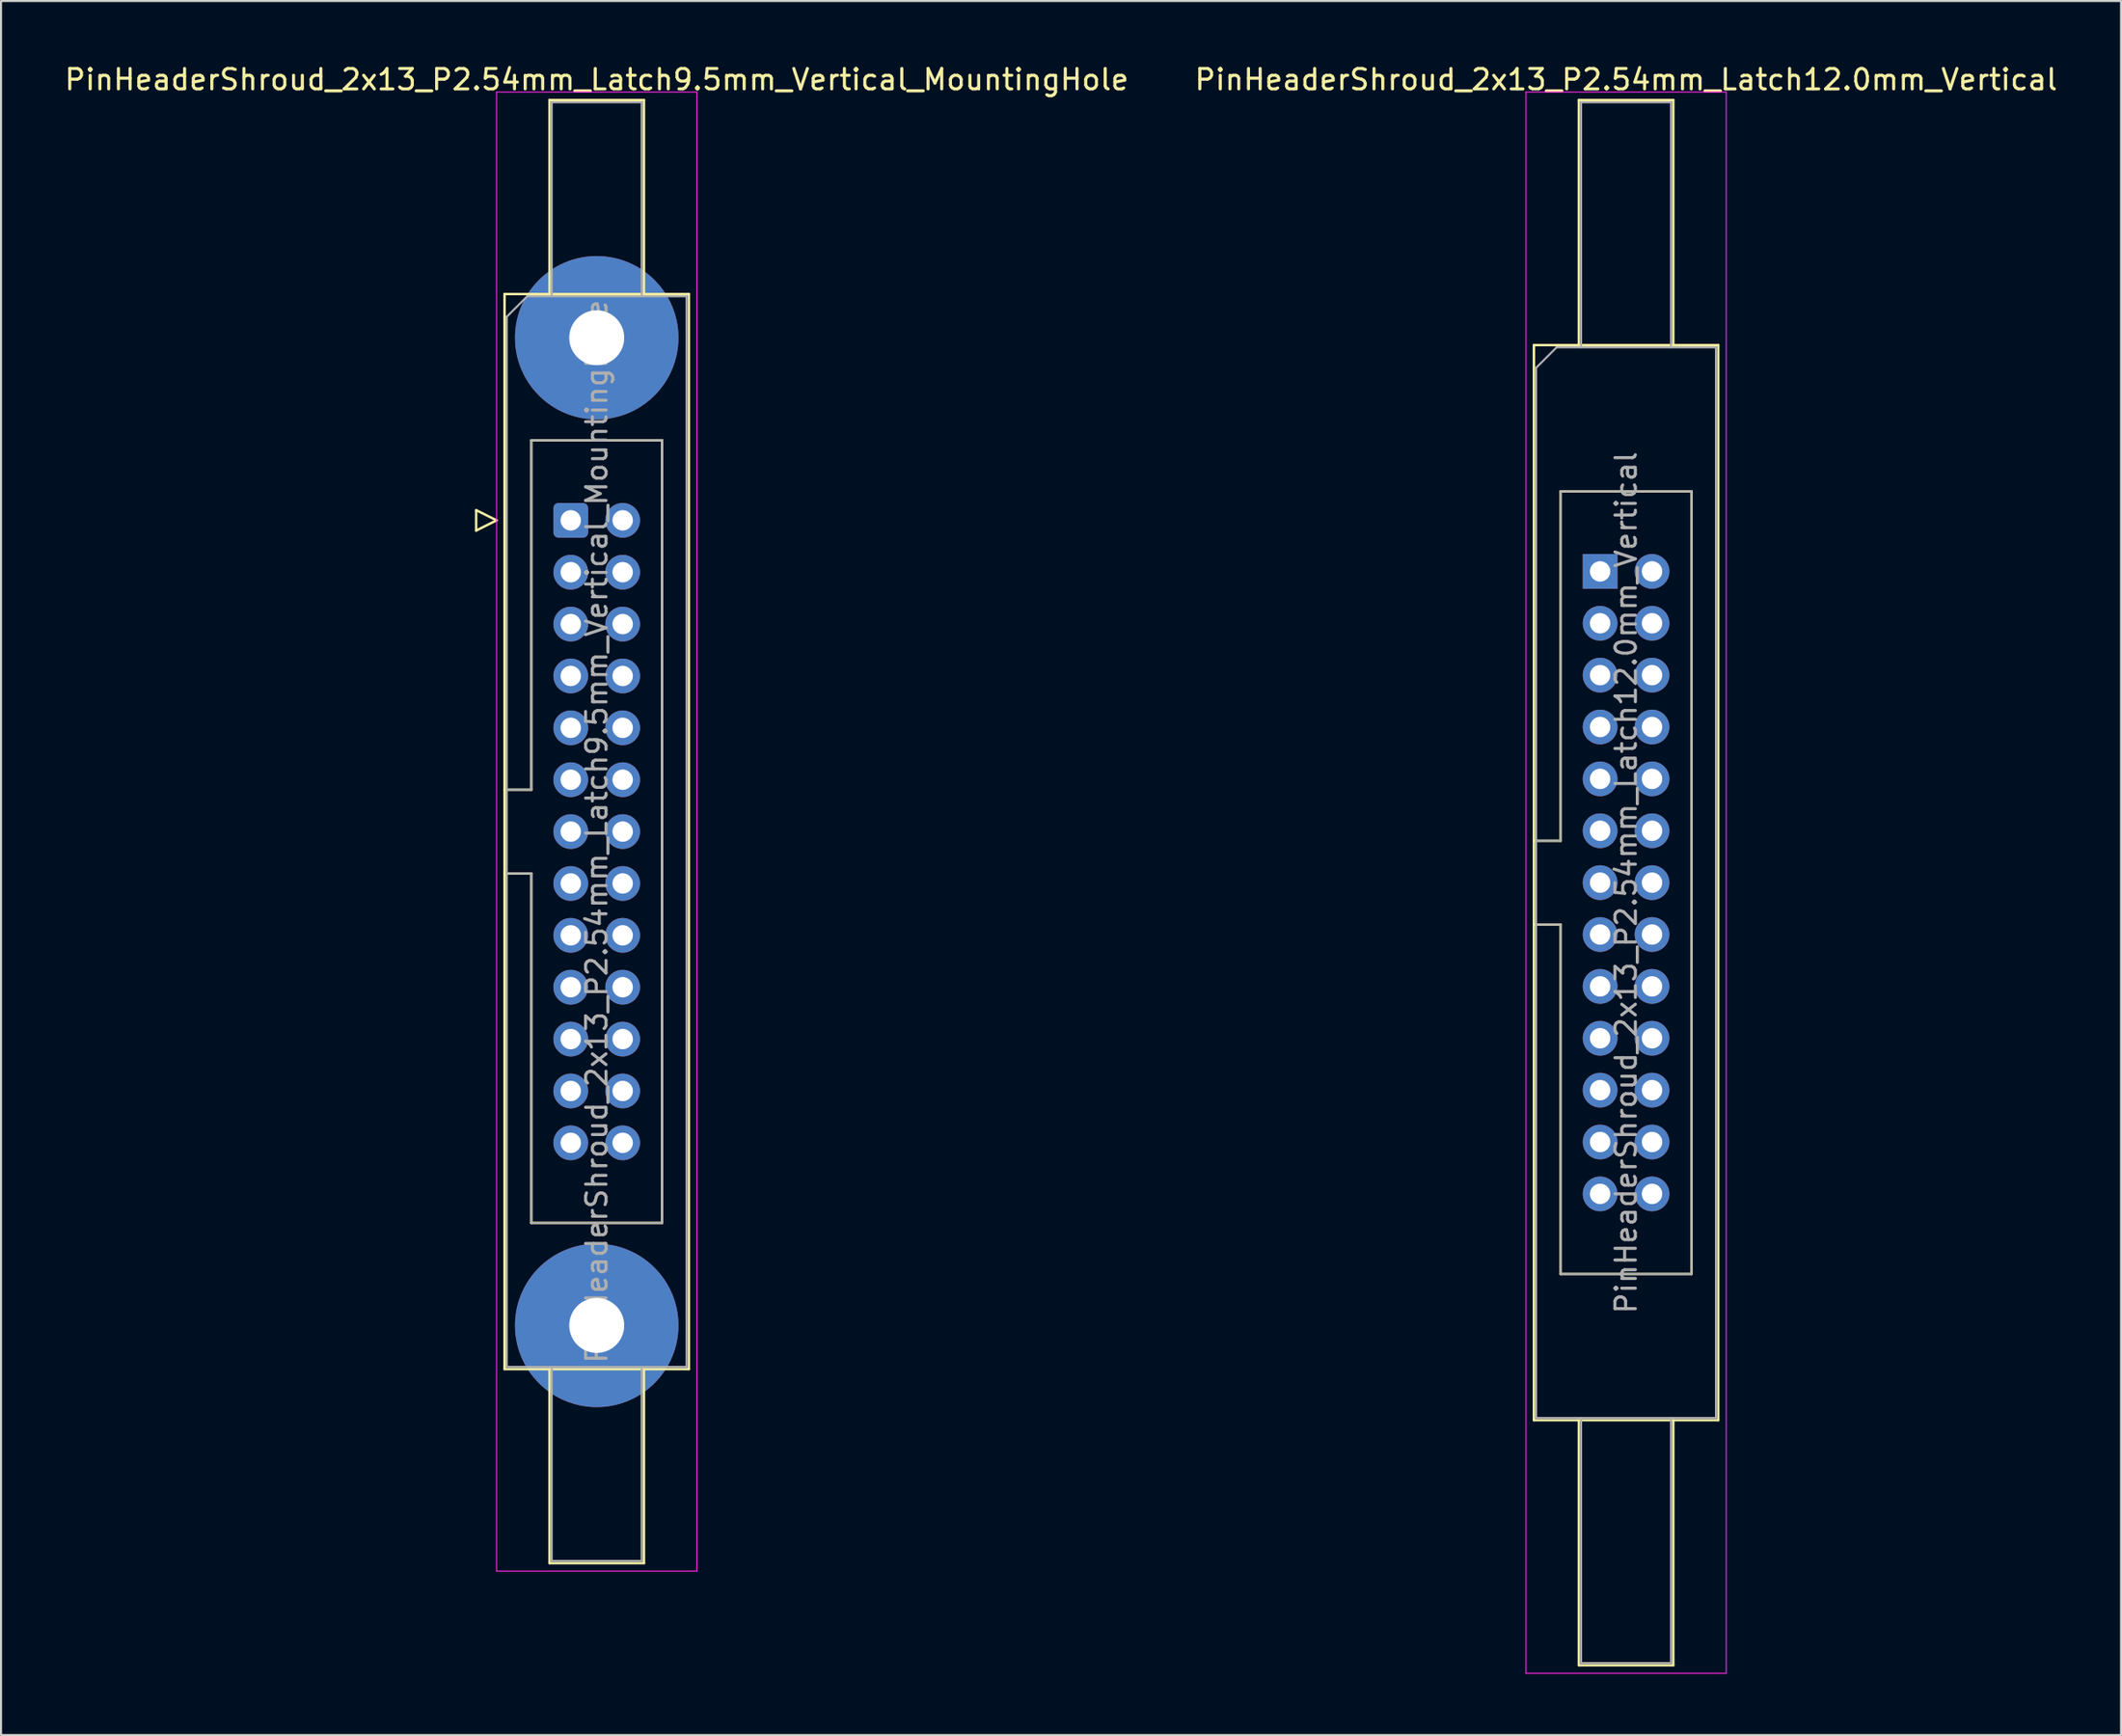
<source format=kicad_pcb>
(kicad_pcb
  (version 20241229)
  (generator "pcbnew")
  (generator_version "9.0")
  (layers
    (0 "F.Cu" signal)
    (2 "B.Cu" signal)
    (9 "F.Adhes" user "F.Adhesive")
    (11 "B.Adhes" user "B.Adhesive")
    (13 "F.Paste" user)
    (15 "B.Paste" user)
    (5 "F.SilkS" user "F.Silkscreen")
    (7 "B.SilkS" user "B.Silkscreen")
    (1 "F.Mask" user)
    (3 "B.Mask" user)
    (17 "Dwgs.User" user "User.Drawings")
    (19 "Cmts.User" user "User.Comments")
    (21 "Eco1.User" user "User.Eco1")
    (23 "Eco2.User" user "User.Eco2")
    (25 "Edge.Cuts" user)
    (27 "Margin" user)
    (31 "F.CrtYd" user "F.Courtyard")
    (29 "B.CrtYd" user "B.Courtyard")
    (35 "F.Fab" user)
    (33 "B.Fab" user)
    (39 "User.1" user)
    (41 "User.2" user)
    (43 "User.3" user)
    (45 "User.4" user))
  (footprint "PinHeaderShroud_2x13_P2.54mm_Latch12.0mm_Vertical"
    (layer "F.Cu")
    (at 75.248 24.928)
    (property "Reference" "PinHeaderShroud_2x13_P2.54mm_Latch12.0mm_Vertical" (at 1.27 -24.08 0) (layer "F.SilkS") (effects (font (size 1 1) (thickness 0.15))))
    (attr through_hole)
    (fp_line (start -3.24 -11.08) (end 5.78 -11.08) (stroke (width 0.12) (type solid)) (layer "F.SilkS"))
    (fp_line (start -3.24 13.19) (end -1.93 13.19) (stroke (width 0.12) (type solid)) (layer "F.SilkS"))
    (fp_line (start -3.24 17.29) (end -1.93 17.29) (stroke (width 0.12) (type solid)) (layer "F.SilkS"))
    (fp_line (start -3.24 41.56) (end -3.24 -11.08) (stroke (width 0.12) (type solid)) (layer "F.SilkS"))
    (fp_line (start -1.93 -3.92) (end 4.47 -3.92) (stroke (width 0.12) (type solid)) (layer "F.SilkS"))
    (fp_line (start -1.93 13.19) (end -1.93 -3.92) (stroke (width 0.12) (type solid)) (layer "F.SilkS"))
    (fp_line (start -1.93 34.4) (end -1.93 17.29) (stroke (width 0.12) (type solid)) (layer "F.SilkS"))
    (fp_line (start -1.04 -23.08) (end 3.58 -23.08) (stroke (width 0.12) (type solid)) (layer "F.SilkS"))
    (fp_line (start -1.04 -11.08) (end -1.04 -23.08) (stroke (width 0.12) (type solid)) (layer "F.SilkS"))
    (fp_line (start -1.04 41.56) (end -1.04 53.56) (stroke (width 0.12) (type solid)) (layer "F.SilkS"))
    (fp_line (start -1.04 53.56) (end 3.58 53.56) (stroke (width 0.12) (type solid)) (layer "F.SilkS"))
    (fp_line (start 3.58 -23.08) (end 3.58 -11.08) (stroke (width 0.12) (type solid)) (layer "F.SilkS"))
    (fp_line (start 3.58 53.56) (end 3.58 41.56) (stroke (width 0.12) (type solid)) (layer "F.SilkS"))
    (fp_line (start 4.47 -3.92) (end 4.47 34.4) (stroke (width 0.12) (type solid)) (layer "F.SilkS"))
    (fp_line (start 4.47 34.4) (end -1.93 34.4) (stroke (width 0.12) (type solid)) (layer "F.SilkS"))
    (fp_line (start 5.78 -11.08) (end 5.78 41.56) (stroke (width 0.12) (type solid)) (layer "F.SilkS"))
    (fp_line (start 5.78 41.56) (end -3.24 41.56) (stroke (width 0.12) (type solid)) (layer "F.SilkS"))
    (fp_line (start -3.63 -23.47) (end -3.63 53.95) (stroke (width 0.05) (type solid)) (layer "F.CrtYd"))
    (fp_line (start -3.63 53.95) (end 6.17 53.95) (stroke (width 0.05) (type solid)) (layer "F.CrtYd"))
    (fp_line (start 6.17 -23.47) (end -3.63 -23.47) (stroke (width 0.05) (type solid)) (layer "F.CrtYd"))
    (fp_line (start 6.17 53.95) (end 6.17 -23.47) (stroke (width 0.05) (type solid)) (layer "F.CrtYd"))
    (fp_line (start -3.13 -9.97) (end -2.13 -10.97) (stroke (width 0.1) (type solid)) (layer "F.Fab"))
    (fp_line (start -3.13 13.19) (end -1.93 13.19) (stroke (width 0.1) (type solid)) (layer "F.Fab"))
    (fp_line (start -3.13 17.29) (end -1.93 17.29) (stroke (width 0.1) (type solid)) (layer "F.Fab"))
    (fp_line (start -3.13 41.45) (end -3.13 -9.97) (stroke (width 0.1) (type solid)) (layer "F.Fab"))
    (fp_line (start -2.13 -10.97) (end 5.67 -10.97) (stroke (width 0.1) (type solid)) (layer "F.Fab"))
    (fp_line (start -1.93 -3.92) (end 4.47 -3.92) (stroke (width 0.1) (type solid)) (layer "F.Fab"))
    (fp_line (start -1.93 13.19) (end -1.93 -3.92) (stroke (width 0.1) (type solid)) (layer "F.Fab"))
    (fp_line (start -1.93 34.4) (end -1.93 17.29) (stroke (width 0.1) (type solid)) (layer "F.Fab"))
    (fp_line (start -0.93 -22.97) (end 3.47 -22.97) (stroke (width 0.1) (type solid)) (layer "F.Fab"))
    (fp_line (start -0.93 -10.97) (end -0.93 -22.97) (stroke (width 0.1) (type solid)) (layer "F.Fab"))
    (fp_line (start -0.93 41.45) (end -0.93 53.45) (stroke (width 0.1) (type solid)) (layer "F.Fab"))
    (fp_line (start -0.93 53.45) (end 3.47 53.45) (stroke (width 0.1) (type solid)) (layer "F.Fab"))
    (fp_line (start 3.47 -22.97) (end 3.47 -10.97) (stroke (width 0.1) (type solid)) (layer "F.Fab"))
    (fp_line (start 3.47 53.45) (end 3.47 41.45) (stroke (width 0.1) (type solid)) (layer "F.Fab"))
    (fp_line (start 4.47 -3.92) (end 4.47 34.4) (stroke (width 0.1) (type solid)) (layer "F.Fab"))
    (fp_line (start 4.47 34.4) (end -1.93 34.4) (stroke (width 0.1) (type solid)) (layer "F.Fab"))
    (fp_line (start 5.67 -10.97) (end 5.67 41.45) (stroke (width 0.1) (type solid)) (layer "F.Fab"))
    (fp_line (start 5.67 41.45) (end -3.13 41.45) (stroke (width 0.1) (type solid)) (layer "F.Fab"))
    (fp_text user "${REFERENCE}" (at 1.27 15.24 90) (layer "F.Fab") (effects (font (size 1 1) (thickness 0.15))))
    (pad "1" thru_hole rect (at 0 0) (size 1.7 1.7) (drill 1) (layers "*.Cu" "*.Mask"))
    (pad "2" thru_hole circle (at 2.54 0) (size 1.7 1.7) (drill 1) (layers "*.Cu" "*.Mask"))
    (pad "3" thru_hole circle (at 0 2.54) (size 1.7 1.7) (drill 1) (layers "*.Cu" "*.Mask"))
    (pad "4" thru_hole circle (at 2.54 2.54) (size 1.7 1.7) (drill 1) (layers "*.Cu" "*.Mask"))
    (pad "5" thru_hole circle (at 0 5.08) (size 1.7 1.7) (drill 1) (layers "*.Cu" "*.Mask"))
    (pad "6" thru_hole circle (at 2.54 5.08) (size 1.7 1.7) (drill 1) (layers "*.Cu" "*.Mask"))
    (pad "7" thru_hole circle (at 0 7.62) (size 1.7 1.7) (drill 1) (layers "*.Cu" "*.Mask"))
    (pad "8" thru_hole circle (at 2.54 7.62) (size 1.7 1.7) (drill 1) (layers "*.Cu" "*.Mask"))
    (pad "9" thru_hole circle (at 0 10.16) (size 1.7 1.7) (drill 1) (layers "*.Cu" "*.Mask"))
    (pad "10" thru_hole circle (at 2.54 10.16) (size 1.7 1.7) (drill 1) (layers "*.Cu" "*.Mask"))
    (pad "11" thru_hole circle (at 0 12.7) (size 1.7 1.7) (drill 1) (layers "*.Cu" "*.Mask"))
    (pad "12" thru_hole circle (at 2.54 12.7) (size 1.7 1.7) (drill 1) (layers "*.Cu" "*.Mask"))
    (pad "13" thru_hole circle (at 0 15.24) (size 1.7 1.7) (drill 1) (layers "*.Cu" "*.Mask"))
    (pad "14" thru_hole circle (at 2.54 15.24) (size 1.7 1.7) (drill 1) (layers "*.Cu" "*.Mask"))
    (pad "15" thru_hole circle (at 0 17.78) (size 1.7 1.7) (drill 1) (layers "*.Cu" "*.Mask"))
    (pad "16" thru_hole circle (at 2.54 17.78) (size 1.7 1.7) (drill 1) (layers "*.Cu" "*.Mask"))
    (pad "17" thru_hole circle (at 0 20.32) (size 1.7 1.7) (drill 1) (layers "*.Cu" "*.Mask"))
    (pad "18" thru_hole circle (at 2.54 20.32) (size 1.7 1.7) (drill 1) (layers "*.Cu" "*.Mask"))
    (pad "19" thru_hole circle (at 0 22.86) (size 1.7 1.7) (drill 1) (layers "*.Cu" "*.Mask"))
    (pad "20" thru_hole circle (at 2.54 22.86) (size 1.7 1.7) (drill 1) (layers "*.Cu" "*.Mask"))
    (pad "21" thru_hole circle (at 0 25.4) (size 1.7 1.7) (drill 1) (layers "*.Cu" "*.Mask"))
    (pad "22" thru_hole circle (at 2.54 25.4) (size 1.7 1.7) (drill 1) (layers "*.Cu" "*.Mask"))
    (pad "23" thru_hole circle (at 0 27.94) (size 1.7 1.7) (drill 1) (layers "*.Cu" "*.Mask"))
    (pad "24" thru_hole circle (at 2.54 27.94) (size 1.7 1.7) (drill 1) (layers "*.Cu" "*.Mask"))
    (pad "25" thru_hole circle (at 0 30.48) (size 1.7 1.7) (drill 1) (layers "*.Cu" "*.Mask"))
    (pad "26" thru_hole circle (at 2.54 30.48) (size 1.7 1.7) (drill 1) (layers "*.Cu" "*.Mask")))
  (footprint "PinHeaderShroud_2x13_P2.54mm_Latch9.5mm_Vertical_MountingHole"
    (layer "F.Cu")
    (at 24.879 22.428)
    (property "Reference" "PinHeaderShroud_2x13_P2.54mm_Latch9.5mm_Vertical_MountingHole" (at 1.27 -21.58 0) (layer "F.SilkS") (effects (font (size 1 1) (thickness 0.15))))
    (attr through_hole)
    (fp_line (start -4.63 -0.5) (end -4.63 0.5) (stroke (width 0.12) (type solid)) (layer "F.SilkS"))
    (fp_line (start -4.63 0.5) (end -3.63 0) (stroke (width 0.12) (type solid)) (layer "F.SilkS"))
    (fp_line (start -3.63 0) (end -4.63 -0.5) (stroke (width 0.12) (type solid)) (layer "F.SilkS"))
    (fp_line (start -3.24 -11.08) (end 5.78 -11.08) (stroke (width 0.12) (type solid)) (layer "F.SilkS"))
    (fp_line (start -3.24 13.19) (end -1.93 13.19) (stroke (width 0.12) (type solid)) (layer "F.SilkS"))
    (fp_line (start -3.24 17.29) (end -1.93 17.29) (stroke (width 0.12) (type solid)) (layer "F.SilkS"))
    (fp_line (start -3.24 41.56) (end -3.24 -11.08) (stroke (width 0.12) (type solid)) (layer "F.SilkS"))
    (fp_line (start -1.93 -3.92) (end 4.47 -3.92) (stroke (width 0.12) (type solid)) (layer "F.SilkS"))
    (fp_line (start -1.93 13.19) (end -1.93 -3.92) (stroke (width 0.12) (type solid)) (layer "F.SilkS"))
    (fp_line (start -1.93 34.4) (end -1.93 17.29) (stroke (width 0.12) (type solid)) (layer "F.SilkS"))
    (fp_line (start -1.04 -20.58) (end 3.58 -20.58) (stroke (width 0.12) (type solid)) (layer "F.SilkS"))
    (fp_line (start -1.04 -11.08) (end -1.04 -20.58) (stroke (width 0.12) (type solid)) (layer "F.SilkS"))
    (fp_line (start -1.04 41.56) (end -1.04 51.06) (stroke (width 0.12) (type solid)) (layer "F.SilkS"))
    (fp_line (start -1.04 51.06) (end 3.58 51.06) (stroke (width 0.12) (type solid)) (layer "F.SilkS"))
    (fp_line (start 3.58 -20.58) (end 3.58 -11.08) (stroke (width 0.12) (type solid)) (layer "F.SilkS"))
    (fp_line (start 3.58 51.06) (end 3.58 41.56) (stroke (width 0.12) (type solid)) (layer "F.SilkS"))
    (fp_line (start 4.47 -3.92) (end 4.47 34.4) (stroke (width 0.12) (type solid)) (layer "F.SilkS"))
    (fp_line (start 4.47 34.4) (end -1.93 34.4) (stroke (width 0.12) (type solid)) (layer "F.SilkS"))
    (fp_line (start 5.78 -11.08) (end 5.78 41.56) (stroke (width 0.12) (type solid)) (layer "F.SilkS"))
    (fp_line (start 5.78 41.56) (end -3.24 41.56) (stroke (width 0.12) (type solid)) (layer "F.SilkS"))
    (fp_line (start -3.63 -20.97) (end -3.63 51.45) (stroke (width 0.05) (type solid)) (layer "F.CrtYd"))
    (fp_line (start -3.63 51.45) (end 6.17 51.45) (stroke (width 0.05) (type solid)) (layer "F.CrtYd"))
    (fp_line (start 6.17 -20.97) (end -3.63 -20.97) (stroke (width 0.05) (type solid)) (layer "F.CrtYd"))
    (fp_line (start 6.17 51.45) (end 6.17 -20.97) (stroke (width 0.05) (type solid)) (layer "F.CrtYd"))
    (fp_line (start -3.13 -9.97) (end -2.13 -10.97) (stroke (width 0.1) (type solid)) (layer "F.Fab"))
    (fp_line (start -3.13 13.19) (end -1.93 13.19) (stroke (width 0.1) (type solid)) (layer "F.Fab"))
    (fp_line (start -3.13 17.29) (end -1.93 17.29) (stroke (width 0.1) (type solid)) (layer "F.Fab"))
    (fp_line (start -3.13 41.45) (end -3.13 -9.97) (stroke (width 0.1) (type solid)) (layer "F.Fab"))
    (fp_line (start -2.13 -10.97) (end 5.67 -10.97) (stroke (width 0.1) (type solid)) (layer "F.Fab"))
    (fp_line (start -1.93 -3.92) (end 4.47 -3.92) (stroke (width 0.1) (type solid)) (layer "F.Fab"))
    (fp_line (start -1.93 13.19) (end -1.93 -3.92) (stroke (width 0.1) (type solid)) (layer "F.Fab"))
    (fp_line (start -1.93 34.4) (end -1.93 17.29) (stroke (width 0.1) (type solid)) (layer "F.Fab"))
    (fp_line (start -0.93 -20.47) (end 3.47 -20.47) (stroke (width 0.1) (type solid)) (layer "F.Fab"))
    (fp_line (start -0.93 -10.97) (end -0.93 -20.47) (stroke (width 0.1) (type solid)) (layer "F.Fab"))
    (fp_line (start -0.93 41.45) (end -0.93 50.95) (stroke (width 0.1) (type solid)) (layer "F.Fab"))
    (fp_line (start -0.93 50.95) (end 3.47 50.95) (stroke (width 0.1) (type solid)) (layer "F.Fab"))
    (fp_line (start 3.47 -20.47) (end 3.47 -10.97) (stroke (width 0.1) (type solid)) (layer "F.Fab"))
    (fp_line (start 3.47 50.95) (end 3.47 41.45) (stroke (width 0.1) (type solid)) (layer "F.Fab"))
    (fp_line (start 4.47 -3.92) (end 4.47 34.4) (stroke (width 0.1) (type solid)) (layer "F.Fab"))
    (fp_line (start 4.47 34.4) (end -1.93 34.4) (stroke (width 0.1) (type solid)) (layer "F.Fab"))
    (fp_line (start 5.67 -10.97) (end 5.67 41.45) (stroke (width 0.1) (type solid)) (layer "F.Fab"))
    (fp_line (start 5.67 41.45) (end -3.13 41.45) (stroke (width 0.1) (type solid)) (layer "F.Fab"))
    (fp_text user "${REFERENCE}" (at 1.27 15.24 90) (layer "F.Fab") (effects (font (size 1 1) (thickness 0.15))))
    (pad "" thru_hole circle (at 1.27 -8.94) (size 8 8) (drill 2.69) (layers "*.Cu" "*.Mask"))
    (pad "" thru_hole circle (at 1.27 39.42) (size 8 8) (drill 2.69) (layers "*.Cu" "*.Mask"))
    (pad "1" thru_hole roundrect (at 0 0) (size 1.7 1.7) (drill 1) (layers "*.Cu" "*.Mask") (roundrect_rratio 0.147))
    (pad "2" thru_hole circle (at 2.54 0) (size 1.7 1.7) (drill 1) (layers "*.Cu" "*.Mask"))
    (pad "3" thru_hole circle (at 0 2.54) (size 1.7 1.7) (drill 1) (layers "*.Cu" "*.Mask"))
    (pad "4" thru_hole circle (at 2.54 2.54) (size 1.7 1.7) (drill 1) (layers "*.Cu" "*.Mask"))
    (pad "5" thru_hole circle (at 0 5.08) (size 1.7 1.7) (drill 1) (layers "*.Cu" "*.Mask"))
    (pad "6" thru_hole circle (at 2.54 5.08) (size 1.7 1.7) (drill 1) (layers "*.Cu" "*.Mask"))
    (pad "7" thru_hole circle (at 0 7.62) (size 1.7 1.7) (drill 1) (layers "*.Cu" "*.Mask"))
    (pad "8" thru_hole circle (at 2.54 7.62) (size 1.7 1.7) (drill 1) (layers "*.Cu" "*.Mask"))
    (pad "9" thru_hole circle (at 0 10.16) (size 1.7 1.7) (drill 1) (layers "*.Cu" "*.Mask"))
    (pad "10" thru_hole circle (at 2.54 10.16) (size 1.7 1.7) (drill 1) (layers "*.Cu" "*.Mask"))
    (pad "11" thru_hole circle (at 0 12.7) (size 1.7 1.7) (drill 1) (layers "*.Cu" "*.Mask"))
    (pad "12" thru_hole circle (at 2.54 12.7) (size 1.7 1.7) (drill 1) (layers "*.Cu" "*.Mask"))
    (pad "13" thru_hole circle (at 0 15.24) (size 1.7 1.7) (drill 1) (layers "*.Cu" "*.Mask"))
    (pad "14" thru_hole circle (at 2.54 15.24) (size 1.7 1.7) (drill 1) (layers "*.Cu" "*.Mask"))
    (pad "15" thru_hole circle (at 0 17.78) (size 1.7 1.7) (drill 1) (layers "*.Cu" "*.Mask"))
    (pad "16" thru_hole circle (at 2.54 17.78) (size 1.7 1.7) (drill 1) (layers "*.Cu" "*.Mask"))
    (pad "17" thru_hole circle (at 0 20.32) (size 1.7 1.7) (drill 1) (layers "*.Cu" "*.Mask"))
    (pad "18" thru_hole circle (at 2.54 20.32) (size 1.7 1.7) (drill 1) (layers "*.Cu" "*.Mask"))
    (pad "19" thru_hole circle (at 0 22.86) (size 1.7 1.7) (drill 1) (layers "*.Cu" "*.Mask"))
    (pad "20" thru_hole circle (at 2.54 22.86) (size 1.7 1.7) (drill 1) (layers "*.Cu" "*.Mask"))
    (pad "21" thru_hole circle (at 0 25.4) (size 1.7 1.7) (drill 1) (layers "*.Cu" "*.Mask"))
    (pad "22" thru_hole circle (at 2.54 25.4) (size 1.7 1.7) (drill 1) (layers "*.Cu" "*.Mask"))
    (pad "23" thru_hole circle (at 0 27.94) (size 1.7 1.7) (drill 1) (layers "*.Cu" "*.Mask"))
    (pad "24" thru_hole circle (at 2.54 27.94) (size 1.7 1.7) (drill 1) (layers "*.Cu" "*.Mask"))
    (pad "25" thru_hole circle (at 0 30.48) (size 1.7 1.7) (drill 1) (layers "*.Cu" "*.Mask"))
    (pad "26" thru_hole circle (at 2.54 30.48) (size 1.7 1.7) (drill 1) (layers "*.Cu" "*.Mask")))
  (gr_rect
    (start -3 -3)
    (end 100.738 81.903)
    (stroke (width 0.1) (type default))
    (fill no)
    (layer "Edge.Cuts")))
</source>
